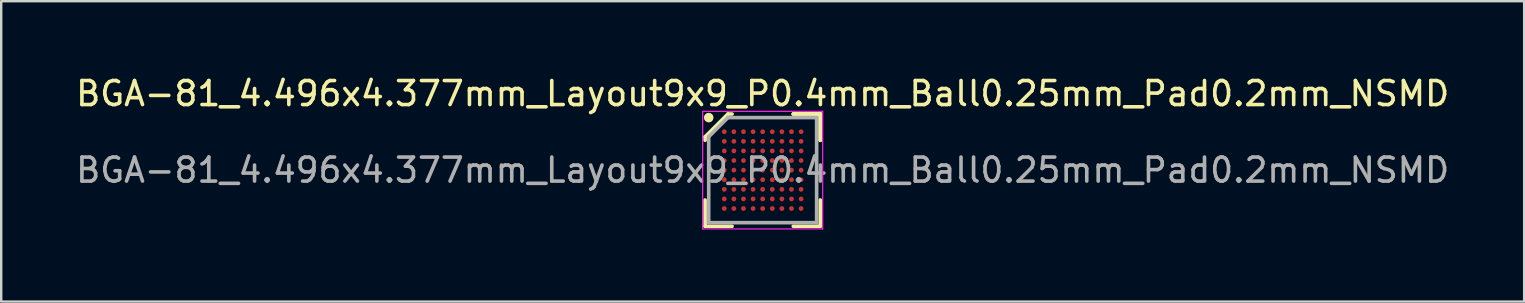
<source format=kicad_pcb>
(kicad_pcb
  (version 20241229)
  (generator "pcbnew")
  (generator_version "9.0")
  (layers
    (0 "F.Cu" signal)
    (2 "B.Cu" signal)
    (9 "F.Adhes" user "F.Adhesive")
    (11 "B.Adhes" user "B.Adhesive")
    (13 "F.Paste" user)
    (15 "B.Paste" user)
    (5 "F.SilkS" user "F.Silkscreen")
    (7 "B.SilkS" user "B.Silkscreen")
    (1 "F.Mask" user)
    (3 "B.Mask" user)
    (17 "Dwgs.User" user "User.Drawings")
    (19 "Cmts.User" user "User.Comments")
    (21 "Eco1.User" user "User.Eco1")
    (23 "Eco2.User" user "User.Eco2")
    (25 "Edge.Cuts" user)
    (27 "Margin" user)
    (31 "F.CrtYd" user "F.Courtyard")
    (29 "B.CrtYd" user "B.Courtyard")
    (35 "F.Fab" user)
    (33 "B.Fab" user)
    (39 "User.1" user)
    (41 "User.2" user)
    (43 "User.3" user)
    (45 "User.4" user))
  (footprint "BGA-81_4.496x4.377mm_Layout9x9_P0.4mm_Ball0.25mm_Pad0.2mm_NSMD"
    (layer "F.Cu")
    (at 28.72 4.037)
    (property "Reference" "BGA-81_4.496x4.377mm_Layout9x9_P0.4mm_Ball0.25mm_Pad0.2mm_NSMD" (at 0 -3.188 0) (layer "F.SilkS") (effects (font (size 1 1) (thickness 0.15))))
    (attr smd)
    (fp_line (start -2.398 -1.389) (end -2.398 -1.244) (stroke (width 0.15) (type solid)) (layer "F.SilkS"))
    (fp_line (start -2.398 2.338) (end -2.398 1.244) (stroke (width 0.15) (type solid)) (layer "F.SilkS"))
    (fp_line (start -1.448 -2.338) (end -2.398 -1.389) (stroke (width 0.15) (type solid)) (layer "F.SilkS"))
    (fp_line (start -1.274 -2.338) (end -1.448 -2.338) (stroke (width 0.15) (type solid)) (layer "F.SilkS"))
    (fp_line (start -1.274 2.338) (end -2.398 2.338) (stroke (width 0.15) (type solid)) (layer "F.SilkS"))
    (fp_line (start 1.274 -2.338) (end 2.398 -2.338) (stroke (width 0.15) (type solid)) (layer "F.SilkS"))
    (fp_line (start 1.274 -2.338) (end 2.398 -2.338) (stroke (width 0.15) (type solid)) (layer "F.SilkS"))
    (fp_line (start 1.274 -2.338) (end 2.398 -2.338) (stroke (width 0.15) (type solid)) (layer "F.SilkS"))
    (fp_line (start 1.274 2.338) (end 2.398 2.338) (stroke (width 0.15) (type solid)) (layer "F.SilkS"))
    (fp_line (start 2.398 -2.338) (end 2.398 -1.244) (stroke (width 0.15) (type solid)) (layer "F.SilkS"))
    (fp_line (start 2.398 -2.338) (end 2.398 -1.244) (stroke (width 0.15) (type solid)) (layer "F.SilkS"))
    (fp_line (start 2.398 -2.338) (end 2.398 -1.244) (stroke (width 0.15) (type solid)) (layer "F.SilkS"))
    (fp_line (start 2.398 2.338) (end 2.398 1.244) (stroke (width 0.15) (type solid)) (layer "F.SilkS"))
    (fp_circle (center -2.248 -2.188) (end -2.248 -2.088) (stroke (width 0.2) (type solid)) (fill no) (layer "F.SilkS"))
    (fp_line (start -2.5 -2.45) (end 2.5 -2.45) (stroke (width 0.05) (type solid)) (layer "F.CrtYd"))
    (fp_line (start -2.5 2.45) (end -2.5 -2.45) (stroke (width 0.05) (type solid)) (layer "F.CrtYd"))
    (fp_line (start 2.5 -2.45) (end 2.5 2.45) (stroke (width 0.05) (type solid)) (layer "F.CrtYd"))
    (fp_line (start 2.5 2.45) (end -2.5 2.45) (stroke (width 0.05) (type solid)) (layer "F.CrtYd"))
    (fp_line (start -2.248 -1.389) (end -2.248 2.188) (stroke (width 0.15) (type solid)) (layer "F.Fab"))
    (fp_line (start -2.248 2.188) (end 2.248 2.188) (stroke (width 0.15) (type solid)) (layer "F.Fab"))
    (fp_line (start -1.448 -2.188) (end -2.248 -1.389) (stroke (width 0.15) (type solid)) (layer "F.Fab"))
    (fp_line (start 2.248 -2.188) (end -1.448 -2.188) (stroke (width 0.15) (type solid)) (layer "F.Fab"))
    (fp_line (start 2.248 2.188) (end 2.248 -2.188) (stroke (width 0.15) (type solid)) (layer "F.Fab"))
    (fp_text user "${REFERENCE}" (at 0 0 0) (layer "F.Fab") (effects (font (size 1 1) (thickness 0.15))))
    (pad "A1" smd circle (at -1.6 -1.6) (size 0.2 0.2) (layers "F.Cu" "F.Mask" "F.Paste"))
    (pad "A2" smd circle (at -1.2 -1.6) (size 0.2 0.2) (layers "F.Cu" "F.Mask" "F.Paste"))
    (pad "A3" smd circle (at -0.8 -1.6) (size 0.2 0.2) (layers "F.Cu" "F.Mask" "F.Paste"))
    (pad "A4" smd circle (at -0.4 -1.6) (size 0.2 0.2) (layers "F.Cu" "F.Mask" "F.Paste"))
    (pad "A5" smd circle (at 0 -1.6) (size 0.2 0.2) (layers "F.Cu" "F.Mask" "F.Paste"))
    (pad "A6" smd circle (at 0.4 -1.6) (size 0.2 0.2) (layers "F.Cu" "F.Mask" "F.Paste"))
    (pad "A7" smd circle (at 0.8 -1.6) (size 0.2 0.2) (layers "F.Cu" "F.Mask" "F.Paste"))
    (pad "A8" smd circle (at 1.2 -1.6) (size 0.2 0.2) (layers "F.Cu" "F.Mask" "F.Paste"))
    (pad "A9" smd circle (at 1.6 -1.6) (size 0.2 0.2) (layers "F.Cu" "F.Mask" "F.Paste"))
    (pad "B1" smd circle (at -1.6 -1.2) (size 0.2 0.2) (layers "F.Cu" "F.Mask" "F.Paste"))
    (pad "B2" smd circle (at -1.2 -1.2) (size 0.2 0.2) (layers "F.Cu" "F.Mask" "F.Paste"))
    (pad "B3" smd circle (at -0.8 -1.2) (size 0.2 0.2) (layers "F.Cu" "F.Mask" "F.Paste"))
    (pad "B4" smd circle (at -0.4 -1.2) (size 0.2 0.2) (layers "F.Cu" "F.Mask" "F.Paste"))
    (pad "B5" smd circle (at 0 -1.2) (size 0.2 0.2) (layers "F.Cu" "F.Mask" "F.Paste"))
    (pad "B6" smd circle (at 0.4 -1.2) (size 0.2 0.2) (layers "F.Cu" "F.Mask" "F.Paste"))
    (pad "B7" smd circle (at 0.8 -1.2) (size 0.2 0.2) (layers "F.Cu" "F.Mask" "F.Paste"))
    (pad "B8" smd circle (at 1.2 -1.2) (size 0.2 0.2) (layers "F.Cu" "F.Mask" "F.Paste"))
    (pad "B9" smd circle (at 1.6 -1.2) (size 0.2 0.2) (layers "F.Cu" "F.Mask" "F.Paste"))
    (pad "C1" smd circle (at -1.6 -0.8) (size 0.2 0.2) (layers "F.Cu" "F.Mask" "F.Paste"))
    (pad "C2" smd circle (at -1.2 -0.8) (size 0.2 0.2) (layers "F.Cu" "F.Mask" "F.Paste"))
    (pad "C3" smd circle (at -0.8 -0.8) (size 0.2 0.2) (layers "F.Cu" "F.Mask" "F.Paste"))
    (pad "C4" smd circle (at -0.4 -0.8) (size 0.2 0.2) (layers "F.Cu" "F.Mask" "F.Paste"))
    (pad "C5" smd circle (at 0 -0.8) (size 0.2 0.2) (layers "F.Cu" "F.Mask" "F.Paste"))
    (pad "C6" smd circle (at 0.4 -0.8) (size 0.2 0.2) (layers "F.Cu" "F.Mask" "F.Paste"))
    (pad "C7" smd circle (at 0.8 -0.8) (size 0.2 0.2) (layers "F.Cu" "F.Mask" "F.Paste"))
    (pad "C8" smd circle (at 1.2 -0.8) (size 0.2 0.2) (layers "F.Cu" "F.Mask" "F.Paste"))
    (pad "C9" smd circle (at 1.6 -0.8) (size 0.2 0.2) (layers "F.Cu" "F.Mask" "F.Paste"))
    (pad "D1" smd circle (at -1.6 -0.4) (size 0.2 0.2) (layers "F.Cu" "F.Mask" "F.Paste"))
    (pad "D2" smd circle (at -1.2 -0.4) (size 0.2 0.2) (layers "F.Cu" "F.Mask" "F.Paste"))
    (pad "D3" smd circle (at -0.8 -0.4) (size 0.2 0.2) (layers "F.Cu" "F.Mask" "F.Paste"))
    (pad "D4" smd circle (at -0.4 -0.4) (size 0.2 0.2) (layers "F.Cu" "F.Mask" "F.Paste"))
    (pad "D5" smd circle (at 0 -0.4) (size 0.2 0.2) (layers "F.Cu" "F.Mask" "F.Paste"))
    (pad "D6" smd circle (at 0.4 -0.4) (size 0.2 0.2) (layers "F.Cu" "F.Mask" "F.Paste"))
    (pad "D7" smd circle (at 0.8 -0.4) (size 0.2 0.2) (layers "F.Cu" "F.Mask" "F.Paste"))
    (pad "D8" smd circle (at 1.2 -0.4) (size 0.2 0.2) (layers "F.Cu" "F.Mask" "F.Paste"))
    (pad "D9" smd circle (at 1.6 -0.4) (size 0.2 0.2) (layers "F.Cu" "F.Mask" "F.Paste"))
    (pad "E1" smd circle (at -1.6 0) (size 0.2 0.2) (layers "F.Cu" "F.Mask" "F.Paste"))
    (pad "E2" smd circle (at -1.2 0) (size 0.2 0.2) (layers "F.Cu" "F.Mask" "F.Paste"))
    (pad "E3" smd circle (at -0.8 0) (size 0.2 0.2) (layers "F.Cu" "F.Mask" "F.Paste"))
    (pad "E4" smd circle (at -0.4 0) (size 0.2 0.2) (layers "F.Cu" "F.Mask" "F.Paste"))
    (pad "E5" smd circle (at 0 0) (size 0.2 0.2) (layers "F.Cu" "F.Mask" "F.Paste"))
    (pad "E6" smd circle (at 0.4 0) (size 0.2 0.2) (layers "F.Cu" "F.Mask" "F.Paste"))
    (pad "E7" smd circle (at 0.8 0) (size 0.2 0.2) (layers "F.Cu" "F.Mask" "F.Paste"))
    (pad "E8" smd circle (at 1.2 0) (size 0.2 0.2) (layers "F.Cu" "F.Mask" "F.Paste"))
    (pad "E9" smd circle (at 1.6 0) (size 0.2 0.2) (layers "F.Cu" "F.Mask" "F.Paste"))
    (pad "F1" smd circle (at -1.6 0.4) (size 0.2 0.2) (layers "F.Cu" "F.Mask" "F.Paste"))
    (pad "F2" smd circle (at -1.2 0.4) (size 0.2 0.2) (layers "F.Cu" "F.Mask" "F.Paste"))
    (pad "F3" smd circle (at -0.8 0.4) (size 0.2 0.2) (layers "F.Cu" "F.Mask" "F.Paste"))
    (pad "F4" smd circle (at -0.4 0.4) (size 0.2 0.2) (layers "F.Cu" "F.Mask" "F.Paste"))
    (pad "F5" smd circle (at 0 0.4) (size 0.2 0.2) (layers "F.Cu" "F.Mask" "F.Paste"))
    (pad "F6" smd circle (at 0.4 0.4) (size 0.2 0.2) (layers "F.Cu" "F.Mask" "F.Paste"))
    (pad "F7" smd circle (at 0.8 0.4) (size 0.2 0.2) (layers "F.Cu" "F.Mask" "F.Paste"))
    (pad "F8" smd circle (at 1.2 0.4) (size 0.2 0.2) (layers "F.Cu" "F.Mask" "F.Paste"))
    (pad "F9" smd circle (at 1.6 0.4) (size 0.2 0.2) (layers "F.Cu" "F.Mask" "F.Paste"))
    (pad "G1" smd circle (at -1.6 0.8) (size 0.2 0.2) (layers "F.Cu" "F.Mask" "F.Paste"))
    (pad "G2" smd circle (at -1.2 0.8) (size 0.2 0.2) (layers "F.Cu" "F.Mask" "F.Paste"))
    (pad "G3" smd circle (at -0.8 0.8) (size 0.2 0.2) (layers "F.Cu" "F.Mask" "F.Paste"))
    (pad "G4" smd circle (at -0.4 0.8) (size 0.2 0.2) (layers "F.Cu" "F.Mask" "F.Paste"))
    (pad "G5" smd circle (at 0 0.8) (size 0.2 0.2) (layers "F.Cu" "F.Mask" "F.Paste"))
    (pad "G6" smd circle (at 0.4 0.8) (size 0.2 0.2) (layers "F.Cu" "F.Mask" "F.Paste"))
    (pad "G7" smd circle (at 0.8 0.8) (size 0.2 0.2) (layers "F.Cu" "F.Mask" "F.Paste"))
    (pad "G8" smd circle (at 1.2 0.8) (size 0.2 0.2) (layers "F.Cu" "F.Mask" "F.Paste"))
    (pad "G9" smd circle (at 1.6 0.8) (size 0.2 0.2) (layers "F.Cu" "F.Mask" "F.Paste"))
    (pad "H1" smd circle (at -1.6 1.2) (size 0.2 0.2) (layers "F.Cu" "F.Mask" "F.Paste"))
    (pad "H2" smd circle (at -1.2 1.2) (size 0.2 0.2) (layers "F.Cu" "F.Mask" "F.Paste"))
    (pad "H3" smd circle (at -0.8 1.2) (size 0.2 0.2) (layers "F.Cu" "F.Mask" "F.Paste"))
    (pad "H4" smd circle (at -0.4 1.2) (size 0.2 0.2) (layers "F.Cu" "F.Mask" "F.Paste"))
    (pad "H5" smd circle (at 0 1.2) (size 0.2 0.2) (layers "F.Cu" "F.Mask" "F.Paste"))
    (pad "H6" smd circle (at 0.4 1.2) (size 0.2 0.2) (layers "F.Cu" "F.Mask" "F.Paste"))
    (pad "H7" smd circle (at 0.8 1.2) (size 0.2 0.2) (layers "F.Cu" "F.Mask" "F.Paste"))
    (pad "H8" smd circle (at 1.2 1.2) (size 0.2 0.2) (layers "F.Cu" "F.Mask" "F.Paste"))
    (pad "H9" smd circle (at 1.6 1.2) (size 0.2 0.2) (layers "F.Cu" "F.Mask" "F.Paste"))
    (pad "J1" smd circle (at -1.6 1.6) (size 0.2 0.2) (layers "F.Cu" "F.Mask" "F.Paste"))
    (pad "J2" smd circle (at -1.2 1.6) (size 0.2 0.2) (layers "F.Cu" "F.Mask" "F.Paste"))
    (pad "J3" smd circle (at -0.8 1.6) (size 0.2 0.2) (layers "F.Cu" "F.Mask" "F.Paste"))
    (pad "J4" smd circle (at -0.4 1.6) (size 0.2 0.2) (layers "F.Cu" "F.Mask" "F.Paste"))
    (pad "J5" smd circle (at 0 1.6) (size 0.2 0.2) (layers "F.Cu" "F.Mask" "F.Paste"))
    (pad "J6" smd circle (at 0.4 1.6) (size 0.2 0.2) (layers "F.Cu" "F.Mask" "F.Paste"))
    (pad "J7" smd circle (at 0.8 1.6) (size 0.2 0.2) (layers "F.Cu" "F.Mask" "F.Paste"))
    (pad "J8" smd circle (at 1.2 1.6) (size 0.2 0.2) (layers "F.Cu" "F.Mask" "F.Paste"))
    (pad "J9" smd circle (at 1.6 1.6) (size 0.2 0.2) (layers "F.Cu" "F.Mask" "F.Paste")))
  (gr_rect
    (start -3 -3)
    (end 60.44 9.512)
    (stroke (width 0.1) (type default))
    (fill no)
    (layer "Edge.Cuts")))
</source>
